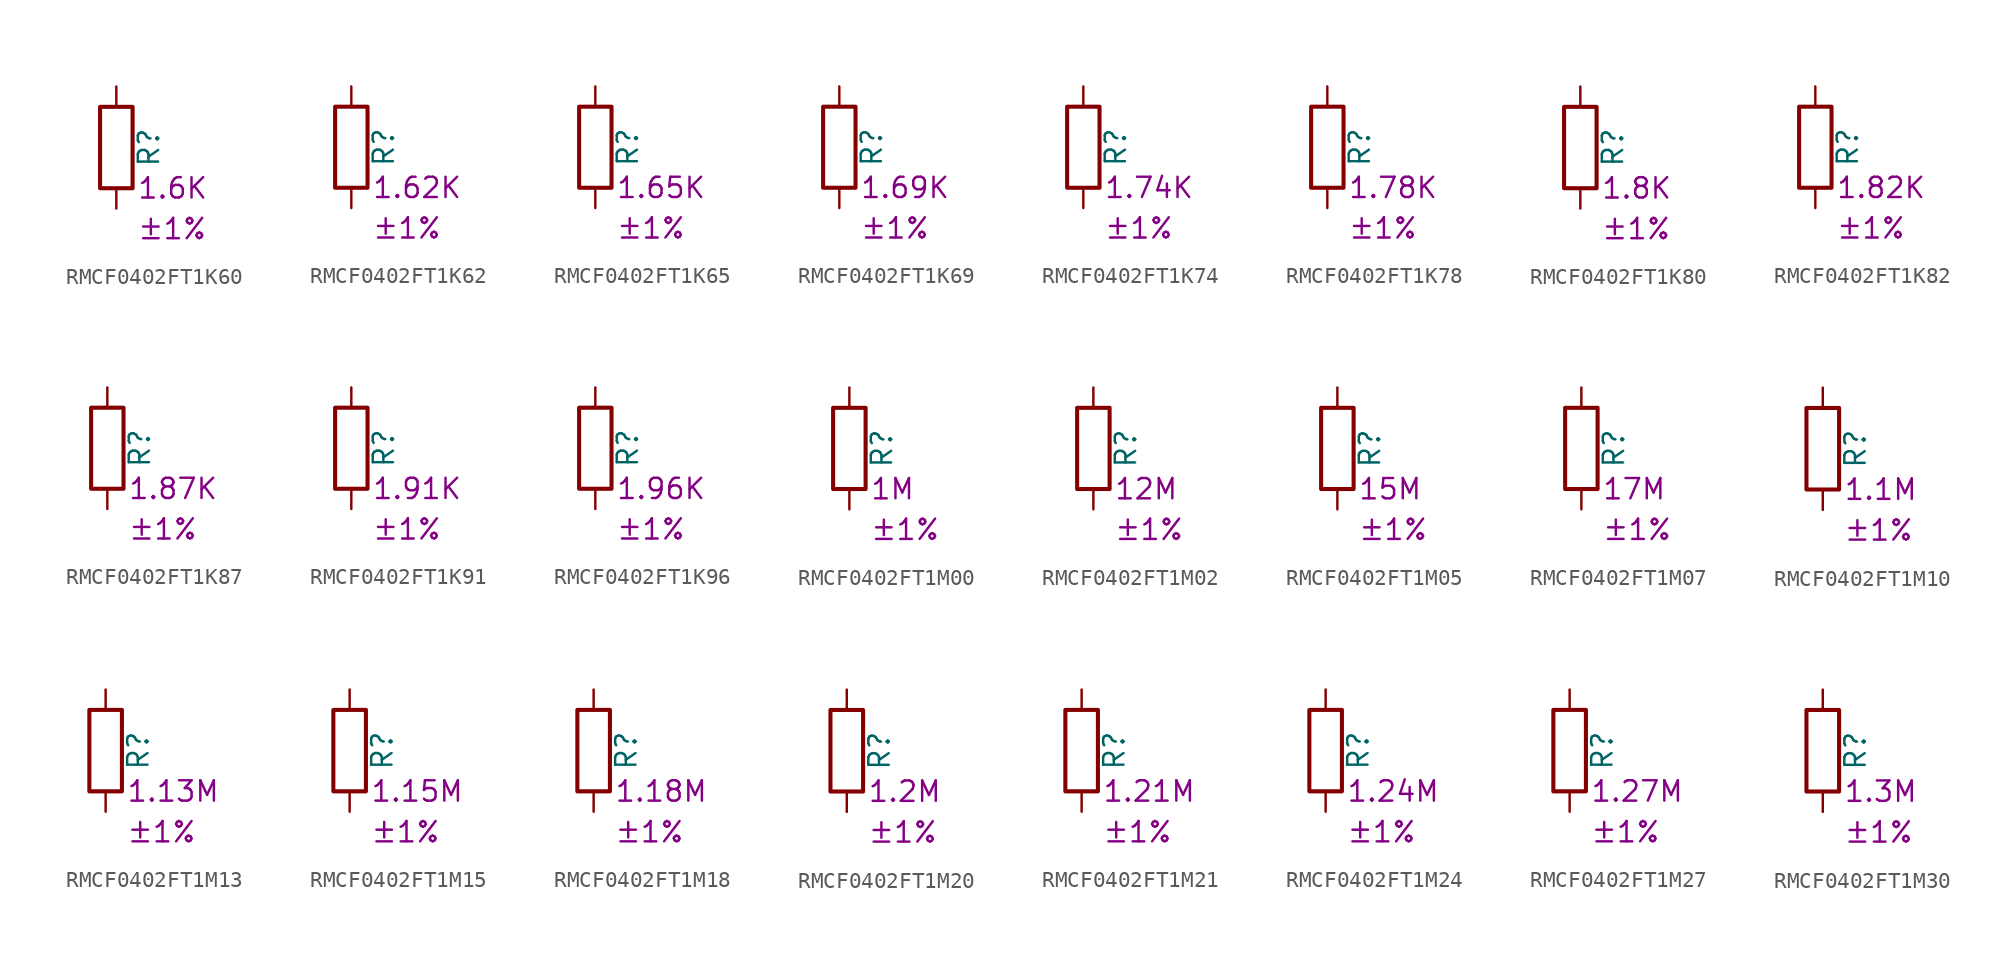
<source format=kicad_sym>
(kicad_symbol_lib
  (version 20220914)
  (generator kicad_symbol_editor)
  (symbol "RMCF0402FT1K60"
    (pin_numbers hide)
    (pin_names
      (offset 0))
    (property "Reference" "R"
      (at 2.032 0 90)
      (effects (font (size 1.27 1.27))))
    (property "Resistance" "1.6K"
      (at 1.27 -2.54 0)
      (effects (font (size 1.27 1.27)) (justify left)))
    (property "Tolerance" "±1%"
      (at 1.27 -5.08 0)
      (effects (font (size 1.27 1.27)) (justify left)))
    (symbol "RMCF0402FT1K60_0_1"
      (rectangle (start -1.016 -2.54) (end 1.016 2.54) (stroke (width 0.254) (type default)) (fill (type none))))
    (symbol "RMCF0402FT1K60_1_1"
      (pin passive line (at 0 3.81 270) (length 1.27) (name "~" (effects (font (size 1.27 1.27)))) (number "1" (effects (font (size 1.27 1.27)))))
      (pin passive line (at 0 -3.81 90) (length 1.27) (name "~" (effects (font (size 1.27 1.27)))) (number "2" (effects (font (size 1.27 1.27)))))))
  (symbol "RMCF0402FT1K62"
    (pin_numbers hide)
    (pin_names
      (offset 0))
    (property "Reference" "R"
      (at 2.032 0 90)
      (effects (font (size 1.27 1.27))))
    (property "Resistance" "1.62K"
      (at 1.27 -2.54 0)
      (effects (font (size 1.27 1.27)) (justify left)))
    (property "Tolerance" "±1%"
      (at 1.27 -5.08 0)
      (effects (font (size 1.27 1.27)) (justify left)))
    (symbol "RMCF0402FT1K62_0_1"
      (rectangle (start -1.016 -2.54) (end 1.016 2.54) (stroke (width 0.254) (type default)) (fill (type none))))
    (symbol "RMCF0402FT1K62_1_1"
      (pin passive line (at 0 3.81 270) (length 1.27) (name "~" (effects (font (size 1.27 1.27)))) (number "1" (effects (font (size 1.27 1.27)))))
      (pin passive line (at 0 -3.81 90) (length 1.27) (name "~" (effects (font (size 1.27 1.27)))) (number "2" (effects (font (size 1.27 1.27)))))))
  (symbol "RMCF0402FT1K65"
    (pin_numbers hide)
    (pin_names
      (offset 0))
    (property "Reference" "R"
      (at 2.032 0 90)
      (effects (font (size 1.27 1.27))))
    (property "Resistance" "1.65K"
      (at 1.27 -2.54 0)
      (effects (font (size 1.27 1.27)) (justify left)))
    (property "Tolerance" "±1%"
      (at 1.27 -5.08 0)
      (effects (font (size 1.27 1.27)) (justify left)))
    (symbol "RMCF0402FT1K65_0_1"
      (rectangle (start -1.016 -2.54) (end 1.016 2.54) (stroke (width 0.254) (type default)) (fill (type none))))
    (symbol "RMCF0402FT1K65_1_1"
      (pin passive line (at 0 3.81 270) (length 1.27) (name "~" (effects (font (size 1.27 1.27)))) (number "1" (effects (font (size 1.27 1.27)))))
      (pin passive line (at 0 -3.81 90) (length 1.27) (name "~" (effects (font (size 1.27 1.27)))) (number "2" (effects (font (size 1.27 1.27)))))))
  (symbol "RMCF0402FT1K69"
    (pin_numbers hide)
    (pin_names
      (offset 0))
    (property "Reference" "R"
      (at 2.032 0 90)
      (effects (font (size 1.27 1.27))))
    (property "Resistance" "1.69K"
      (at 1.27 -2.54 0)
      (effects (font (size 1.27 1.27)) (justify left)))
    (property "Tolerance" "±1%"
      (at 1.27 -5.08 0)
      (effects (font (size 1.27 1.27)) (justify left)))
    (symbol "RMCF0402FT1K69_0_1"
      (rectangle (start -1.016 -2.54) (end 1.016 2.54) (stroke (width 0.254) (type default)) (fill (type none))))
    (symbol "RMCF0402FT1K69_1_1"
      (pin passive line (at 0 3.81 270) (length 1.27) (name "~" (effects (font (size 1.27 1.27)))) (number "1" (effects (font (size 1.27 1.27)))))
      (pin passive line (at 0 -3.81 90) (length 1.27) (name "~" (effects (font (size 1.27 1.27)))) (number "2" (effects (font (size 1.27 1.27)))))))
  (symbol "RMCF0402FT1K74"
    (pin_numbers hide)
    (pin_names
      (offset 0))
    (property "Reference" "R"
      (at 2.032 0 90)
      (effects (font (size 1.27 1.27))))
    (property "Resistance" "1.74K"
      (at 1.27 -2.54 0)
      (effects (font (size 1.27 1.27)) (justify left)))
    (property "Tolerance" "±1%"
      (at 1.27 -5.08 0)
      (effects (font (size 1.27 1.27)) (justify left)))
    (symbol "RMCF0402FT1K74_0_1"
      (rectangle (start -1.016 -2.54) (end 1.016 2.54) (stroke (width 0.254) (type default)) (fill (type none))))
    (symbol "RMCF0402FT1K74_1_1"
      (pin passive line (at 0 3.81 270) (length 1.27) (name "~" (effects (font (size 1.27 1.27)))) (number "1" (effects (font (size 1.27 1.27)))))
      (pin passive line (at 0 -3.81 90) (length 1.27) (name "~" (effects (font (size 1.27 1.27)))) (number "2" (effects (font (size 1.27 1.27)))))))
  (symbol "RMCF0402FT1K78"
    (pin_numbers hide)
    (pin_names
      (offset 0))
    (property "Reference" "R"
      (at 2.032 0 90)
      (effects (font (size 1.27 1.27))))
    (property "Resistance" "1.78K"
      (at 1.27 -2.54 0)
      (effects (font (size 1.27 1.27)) (justify left)))
    (property "Tolerance" "±1%"
      (at 1.27 -5.08 0)
      (effects (font (size 1.27 1.27)) (justify left)))
    (symbol "RMCF0402FT1K78_0_1"
      (rectangle (start -1.016 -2.54) (end 1.016 2.54) (stroke (width 0.254) (type default)) (fill (type none))))
    (symbol "RMCF0402FT1K78_1_1"
      (pin passive line (at 0 3.81 270) (length 1.27) (name "~" (effects (font (size 1.27 1.27)))) (number "1" (effects (font (size 1.27 1.27)))))
      (pin passive line (at 0 -3.81 90) (length 1.27) (name "~" (effects (font (size 1.27 1.27)))) (number "2" (effects (font (size 1.27 1.27)))))))
  (symbol "RMCF0402FT1K80"
    (pin_numbers hide)
    (pin_names
      (offset 0))
    (property "Reference" "R"
      (at 2.032 0 90)
      (effects (font (size 1.27 1.27))))
    (property "Resistance" "1.8K"
      (at 1.27 -2.54 0)
      (effects (font (size 1.27 1.27)) (justify left)))
    (property "Tolerance" "±1%"
      (at 1.27 -5.08 0)
      (effects (font (size 1.27 1.27)) (justify left)))
    (symbol "RMCF0402FT1K80_0_1"
      (rectangle (start -1.016 -2.54) (end 1.016 2.54) (stroke (width 0.254) (type default)) (fill (type none))))
    (symbol "RMCF0402FT1K80_1_1"
      (pin passive line (at 0 3.81 270) (length 1.27) (name "~" (effects (font (size 1.27 1.27)))) (number "1" (effects (font (size 1.27 1.27)))))
      (pin passive line (at 0 -3.81 90) (length 1.27) (name "~" (effects (font (size 1.27 1.27)))) (number "2" (effects (font (size 1.27 1.27)))))))
  (symbol "RMCF0402FT1K82"
    (pin_numbers hide)
    (pin_names
      (offset 0))
    (property "Reference" "R"
      (at 2.032 0 90)
      (effects (font (size 1.27 1.27))))
    (property "Resistance" "1.82K"
      (at 1.27 -2.54 0)
      (effects (font (size 1.27 1.27)) (justify left)))
    (property "Tolerance" "±1%"
      (at 1.27 -5.08 0)
      (effects (font (size 1.27 1.27)) (justify left)))
    (symbol "RMCF0402FT1K82_0_1"
      (rectangle (start -1.016 -2.54) (end 1.016 2.54) (stroke (width 0.254) (type default)) (fill (type none))))
    (symbol "RMCF0402FT1K82_1_1"
      (pin passive line (at 0 3.81 270) (length 1.27) (name "~" (effects (font (size 1.27 1.27)))) (number "1" (effects (font (size 1.27 1.27)))))
      (pin passive line (at 0 -3.81 90) (length 1.27) (name "~" (effects (font (size 1.27 1.27)))) (number "2" (effects (font (size 1.27 1.27)))))))
  (symbol "RMCF0402FT1K87"
    (pin_numbers hide)
    (pin_names
      (offset 0))
    (property "Reference" "R"
      (at 2.032 0 90)
      (effects (font (size 1.27 1.27))))
    (property "Resistance" "1.87K"
      (at 1.27 -2.54 0)
      (effects (font (size 1.27 1.27)) (justify left)))
    (property "Tolerance" "±1%"
      (at 1.27 -5.08 0)
      (effects (font (size 1.27 1.27)) (justify left)))
    (symbol "RMCF0402FT1K87_0_1"
      (rectangle (start -1.016 -2.54) (end 1.016 2.54) (stroke (width 0.254) (type default)) (fill (type none))))
    (symbol "RMCF0402FT1K87_1_1"
      (pin passive line (at 0 3.81 270) (length 1.27) (name "~" (effects (font (size 1.27 1.27)))) (number "1" (effects (font (size 1.27 1.27)))))
      (pin passive line (at 0 -3.81 90) (length 1.27) (name "~" (effects (font (size 1.27 1.27)))) (number "2" (effects (font (size 1.27 1.27)))))))
  (symbol "RMCF0402FT1K91"
    (pin_numbers hide)
    (pin_names
      (offset 0))
    (property "Reference" "R"
      (at 2.032 0 90)
      (effects (font (size 1.27 1.27))))
    (property "Resistance" "1.91K"
      (at 1.27 -2.54 0)
      (effects (font (size 1.27 1.27)) (justify left)))
    (property "Tolerance" "±1%"
      (at 1.27 -5.08 0)
      (effects (font (size 1.27 1.27)) (justify left)))
    (symbol "RMCF0402FT1K91_0_1"
      (rectangle (start -1.016 -2.54) (end 1.016 2.54) (stroke (width 0.254) (type default)) (fill (type none))))
    (symbol "RMCF0402FT1K91_1_1"
      (pin passive line (at 0 3.81 270) (length 1.27) (name "~" (effects (font (size 1.27 1.27)))) (number "1" (effects (font (size 1.27 1.27)))))
      (pin passive line (at 0 -3.81 90) (length 1.27) (name "~" (effects (font (size 1.27 1.27)))) (number "2" (effects (font (size 1.27 1.27)))))))
  (symbol "RMCF0402FT1K96"
    (pin_numbers hide)
    (pin_names
      (offset 0))
    (property "Reference" "R"
      (at 2.032 0 90)
      (effects (font (size 1.27 1.27))))
    (property "Resistance" "1.96K"
      (at 1.27 -2.54 0)
      (effects (font (size 1.27 1.27)) (justify left)))
    (property "Tolerance" "±1%"
      (at 1.27 -5.08 0)
      (effects (font (size 1.27 1.27)) (justify left)))
    (symbol "RMCF0402FT1K96_0_1"
      (rectangle (start -1.016 -2.54) (end 1.016 2.54) (stroke (width 0.254) (type default)) (fill (type none))))
    (symbol "RMCF0402FT1K96_1_1"
      (pin passive line (at 0 3.81 270) (length 1.27) (name "~" (effects (font (size 1.27 1.27)))) (number "1" (effects (font (size 1.27 1.27)))))
      (pin passive line (at 0 -3.81 90) (length 1.27) (name "~" (effects (font (size 1.27 1.27)))) (number "2" (effects (font (size 1.27 1.27)))))))
  (symbol "RMCF0402FT1M00"
    (pin_numbers hide)
    (pin_names
      (offset 0))
    (property "Reference" "R"
      (at 2.032 0 90)
      (effects (font (size 1.27 1.27))))
    (property "Resistance" "1M"
      (at 1.27 -2.54 0)
      (effects (font (size 1.27 1.27)) (justify left)))
    (property "Tolerance" "±1%"
      (at 1.27 -5.08 0)
      (effects (font (size 1.27 1.27)) (justify left)))
    (symbol "RMCF0402FT1M00_0_1"
      (rectangle (start -1.016 -2.54) (end 1.016 2.54) (stroke (width 0.254) (type default)) (fill (type none))))
    (symbol "RMCF0402FT1M00_1_1"
      (pin passive line (at 0 3.81 270) (length 1.27) (name "~" (effects (font (size 1.27 1.27)))) (number "1" (effects (font (size 1.27 1.27)))))
      (pin passive line (at 0 -3.81 90) (length 1.27) (name "~" (effects (font (size 1.27 1.27)))) (number "2" (effects (font (size 1.27 1.27)))))))
  (symbol "RMCF0402FT1M02"
    (pin_numbers hide)
    (pin_names
      (offset 0))
    (property "Reference" "R"
      (at 2.032 0 90)
      (effects (font (size 1.27 1.27))))
    (property "Resistance" "12M"
      (at 1.27 -2.54 0)
      (effects (font (size 1.27 1.27)) (justify left)))
    (property "Tolerance" "±1%"
      (at 1.27 -5.08 0)
      (effects (font (size 1.27 1.27)) (justify left)))
    (symbol "RMCF0402FT1M02_0_1"
      (rectangle (start -1.016 -2.54) (end 1.016 2.54) (stroke (width 0.254) (type default)) (fill (type none))))
    (symbol "RMCF0402FT1M02_1_1"
      (pin passive line (at 0 3.81 270) (length 1.27) (name "~" (effects (font (size 1.27 1.27)))) (number "1" (effects (font (size 1.27 1.27)))))
      (pin passive line (at 0 -3.81 90) (length 1.27) (name "~" (effects (font (size 1.27 1.27)))) (number "2" (effects (font (size 1.27 1.27)))))))
  (symbol "RMCF0402FT1M05"
    (pin_numbers hide)
    (pin_names
      (offset 0))
    (property "Reference" "R"
      (at 2.032 0 90)
      (effects (font (size 1.27 1.27))))
    (property "Resistance" "15M"
      (at 1.27 -2.54 0)
      (effects (font (size 1.27 1.27)) (justify left)))
    (property "Tolerance" "±1%"
      (at 1.27 -5.08 0)
      (effects (font (size 1.27 1.27)) (justify left)))
    (symbol "RMCF0402FT1M05_0_1"
      (rectangle (start -1.016 -2.54) (end 1.016 2.54) (stroke (width 0.254) (type default)) (fill (type none))))
    (symbol "RMCF0402FT1M05_1_1"
      (pin passive line (at 0 3.81 270) (length 1.27) (name "~" (effects (font (size 1.27 1.27)))) (number "1" (effects (font (size 1.27 1.27)))))
      (pin passive line (at 0 -3.81 90) (length 1.27) (name "~" (effects (font (size 1.27 1.27)))) (number "2" (effects (font (size 1.27 1.27)))))))
  (symbol "RMCF0402FT1M07"
    (pin_numbers hide)
    (pin_names
      (offset 0))
    (property "Reference" "R"
      (at 2.032 0 90)
      (effects (font (size 1.27 1.27))))
    (property "Resistance" "17M"
      (at 1.27 -2.54 0)
      (effects (font (size 1.27 1.27)) (justify left)))
    (property "Tolerance" "±1%"
      (at 1.27 -5.08 0)
      (effects (font (size 1.27 1.27)) (justify left)))
    (symbol "RMCF0402FT1M07_0_1"
      (rectangle (start -1.016 -2.54) (end 1.016 2.54) (stroke (width 0.254) (type default)) (fill (type none))))
    (symbol "RMCF0402FT1M07_1_1"
      (pin passive line (at 0 3.81 270) (length 1.27) (name "~" (effects (font (size 1.27 1.27)))) (number "1" (effects (font (size 1.27 1.27)))))
      (pin passive line (at 0 -3.81 90) (length 1.27) (name "~" (effects (font (size 1.27 1.27)))) (number "2" (effects (font (size 1.27 1.27)))))))
  (symbol "RMCF0402FT1M10"
    (pin_numbers hide)
    (pin_names
      (offset 0))
    (property "Reference" "R"
      (at 2.032 0 90)
      (effects (font (size 1.27 1.27))))
    (property "Resistance" "1.1M"
      (at 1.27 -2.54 0)
      (effects (font (size 1.27 1.27)) (justify left)))
    (property "Tolerance" "±1%"
      (at 1.27 -5.08 0)
      (effects (font (size 1.27 1.27)) (justify left)))
    (symbol "RMCF0402FT1M10_0_1"
      (rectangle (start -1.016 -2.54) (end 1.016 2.54) (stroke (width 0.254) (type default)) (fill (type none))))
    (symbol "RMCF0402FT1M10_1_1"
      (pin passive line (at 0 3.81 270) (length 1.27) (name "~" (effects (font (size 1.27 1.27)))) (number "1" (effects (font (size 1.27 1.27)))))
      (pin passive line (at 0 -3.81 90) (length 1.27) (name "~" (effects (font (size 1.27 1.27)))) (number "2" (effects (font (size 1.27 1.27)))))))
  (symbol "RMCF0402FT1M13"
    (pin_numbers hide)
    (pin_names
      (offset 0))
    (property "Reference" "R"
      (at 2.032 0 90)
      (effects (font (size 1.27 1.27))))
    (property "Resistance" "1.13M"
      (at 1.27 -2.54 0)
      (effects (font (size 1.27 1.27)) (justify left)))
    (property "Tolerance" "±1%"
      (at 1.27 -5.08 0)
      (effects (font (size 1.27 1.27)) (justify left)))
    (symbol "RMCF0402FT1M13_0_1"
      (rectangle (start -1.016 -2.54) (end 1.016 2.54) (stroke (width 0.254) (type default)) (fill (type none))))
    (symbol "RMCF0402FT1M13_1_1"
      (pin passive line (at 0 3.81 270) (length 1.27) (name "~" (effects (font (size 1.27 1.27)))) (number "1" (effects (font (size 1.27 1.27)))))
      (pin passive line (at 0 -3.81 90) (length 1.27) (name "~" (effects (font (size 1.27 1.27)))) (number "2" (effects (font (size 1.27 1.27)))))))
  (symbol "RMCF0402FT1M15"
    (pin_numbers hide)
    (pin_names
      (offset 0))
    (property "Reference" "R"
      (at 2.032 0 90)
      (effects (font (size 1.27 1.27))))
    (property "Resistance" "1.15M"
      (at 1.27 -2.54 0)
      (effects (font (size 1.27 1.27)) (justify left)))
    (property "Tolerance" "±1%"
      (at 1.27 -5.08 0)
      (effects (font (size 1.27 1.27)) (justify left)))
    (symbol "RMCF0402FT1M15_0_1"
      (rectangle (start -1.016 -2.54) (end 1.016 2.54) (stroke (width 0.254) (type default)) (fill (type none))))
    (symbol "RMCF0402FT1M15_1_1"
      (pin passive line (at 0 3.81 270) (length 1.27) (name "~" (effects (font (size 1.27 1.27)))) (number "1" (effects (font (size 1.27 1.27)))))
      (pin passive line (at 0 -3.81 90) (length 1.27) (name "~" (effects (font (size 1.27 1.27)))) (number "2" (effects (font (size 1.27 1.27)))))))
  (symbol "RMCF0402FT1M18"
    (pin_numbers hide)
    (pin_names
      (offset 0))
    (property "Reference" "R"
      (at 2.032 0 90)
      (effects (font (size 1.27 1.27))))
    (property "Resistance" "1.18M"
      (at 1.27 -2.54 0)
      (effects (font (size 1.27 1.27)) (justify left)))
    (property "Tolerance" "±1%"
      (at 1.27 -5.08 0)
      (effects (font (size 1.27 1.27)) (justify left)))
    (symbol "RMCF0402FT1M18_0_1"
      (rectangle (start -1.016 -2.54) (end 1.016 2.54) (stroke (width 0.254) (type default)) (fill (type none))))
    (symbol "RMCF0402FT1M18_1_1"
      (pin passive line (at 0 3.81 270) (length 1.27) (name "~" (effects (font (size 1.27 1.27)))) (number "1" (effects (font (size 1.27 1.27)))))
      (pin passive line (at 0 -3.81 90) (length 1.27) (name "~" (effects (font (size 1.27 1.27)))) (number "2" (effects (font (size 1.27 1.27)))))))
  (symbol "RMCF0402FT1M20"
    (pin_numbers hide)
    (pin_names
      (offset 0))
    (property "Reference" "R"
      (at 2.032 0 90)
      (effects (font (size 1.27 1.27))))
    (property "Resistance" "1.2M"
      (at 1.27 -2.54 0)
      (effects (font (size 1.27 1.27)) (justify left)))
    (property "Tolerance" "±1%"
      (at 1.27 -5.08 0)
      (effects (font (size 1.27 1.27)) (justify left)))
    (symbol "RMCF0402FT1M20_0_1"
      (rectangle (start -1.016 -2.54) (end 1.016 2.54) (stroke (width 0.254) (type default)) (fill (type none))))
    (symbol "RMCF0402FT1M20_1_1"
      (pin passive line (at 0 3.81 270) (length 1.27) (name "~" (effects (font (size 1.27 1.27)))) (number "1" (effects (font (size 1.27 1.27)))))
      (pin passive line (at 0 -3.81 90) (length 1.27) (name "~" (effects (font (size 1.27 1.27)))) (number "2" (effects (font (size 1.27 1.27)))))))
  (symbol "RMCF0402FT1M21"
    (pin_numbers hide)
    (pin_names
      (offset 0))
    (property "Reference" "R"
      (at 2.032 0 90)
      (effects (font (size 1.27 1.27))))
    (property "Resistance" "1.21M"
      (at 1.27 -2.54 0)
      (effects (font (size 1.27 1.27)) (justify left)))
    (property "Tolerance" "±1%"
      (at 1.27 -5.08 0)
      (effects (font (size 1.27 1.27)) (justify left)))
    (symbol "RMCF0402FT1M21_0_1"
      (rectangle (start -1.016 -2.54) (end 1.016 2.54) (stroke (width 0.254) (type default)) (fill (type none))))
    (symbol "RMCF0402FT1M21_1_1"
      (pin passive line (at 0 3.81 270) (length 1.27) (name "~" (effects (font (size 1.27 1.27)))) (number "1" (effects (font (size 1.27 1.27)))))
      (pin passive line (at 0 -3.81 90) (length 1.27) (name "~" (effects (font (size 1.27 1.27)))) (number "2" (effects (font (size 1.27 1.27)))))))
  (symbol "RMCF0402FT1M24"
    (pin_numbers hide)
    (pin_names
      (offset 0))
    (property "Reference" "R"
      (at 2.032 0 90)
      (effects (font (size 1.27 1.27))))
    (property "Resistance" "1.24M"
      (at 1.27 -2.54 0)
      (effects (font (size 1.27 1.27)) (justify left)))
    (property "Tolerance" "±1%"
      (at 1.27 -5.08 0)
      (effects (font (size 1.27 1.27)) (justify left)))
    (symbol "RMCF0402FT1M24_0_1"
      (rectangle (start -1.016 -2.54) (end 1.016 2.54) (stroke (width 0.254) (type default)) (fill (type none))))
    (symbol "RMCF0402FT1M24_1_1"
      (pin passive line (at 0 3.81 270) (length 1.27) (name "~" (effects (font (size 1.27 1.27)))) (number "1" (effects (font (size 1.27 1.27)))))
      (pin passive line (at 0 -3.81 90) (length 1.27) (name "~" (effects (font (size 1.27 1.27)))) (number "2" (effects (font (size 1.27 1.27)))))))
  (symbol "RMCF0402FT1M27"
    (pin_numbers hide)
    (pin_names
      (offset 0))
    (property "Reference" "R"
      (at 2.032 0 90)
      (effects (font (size 1.27 1.27))))
    (property "Resistance" "1.27M"
      (at 1.27 -2.54 0)
      (effects (font (size 1.27 1.27)) (justify left)))
    (property "Tolerance" "±1%"
      (at 1.27 -5.08 0)
      (effects (font (size 1.27 1.27)) (justify left)))
    (symbol "RMCF0402FT1M27_0_1"
      (rectangle (start -1.016 -2.54) (end 1.016 2.54) (stroke (width 0.254) (type default)) (fill (type none))))
    (symbol "RMCF0402FT1M27_1_1"
      (pin passive line (at 0 3.81 270) (length 1.27) (name "~" (effects (font (size 1.27 1.27)))) (number "1" (effects (font (size 1.27 1.27)))))
      (pin passive line (at 0 -3.81 90) (length 1.27) (name "~" (effects (font (size 1.27 1.27)))) (number "2" (effects (font (size 1.27 1.27)))))))
  (symbol "RMCF0402FT1M30"
    (pin_numbers hide)
    (pin_names
      (offset 0))
    (property "Reference" "R"
      (at 2.032 0 90)
      (effects (font (size 1.27 1.27))))
    (property "Resistance" "1.3M"
      (at 1.27 -2.54 0)
      (effects (font (size 1.27 1.27)) (justify left)))
    (property "Tolerance" "±1%"
      (at 1.27 -5.08 0)
      (effects (font (size 1.27 1.27)) (justify left)))
    (symbol "RMCF0402FT1M30_0_1"
      (rectangle (start -1.016 -2.54) (end 1.016 2.54) (stroke (width 0.254) (type default)) (fill (type none))))
    (symbol "RMCF0402FT1M30_1_1"
      (pin passive line (at 0 3.81 270) (length 1.27) (name "~" (effects (font (size 1.27 1.27)))) (number "1" (effects (font (size 1.27 1.27)))))
      (pin passive line (at 0 -3.81 90) (length 1.27) (name "~" (effects (font (size 1.27 1.27)))) (number "2" (effects (font (size 1.27 1.27))))))))
</source>
